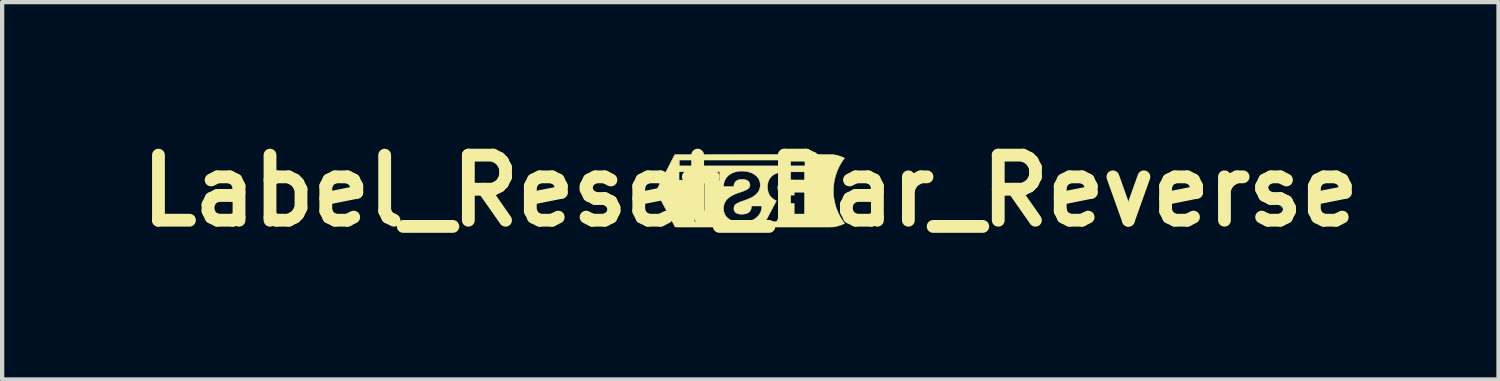
<source format=kicad_pcb>
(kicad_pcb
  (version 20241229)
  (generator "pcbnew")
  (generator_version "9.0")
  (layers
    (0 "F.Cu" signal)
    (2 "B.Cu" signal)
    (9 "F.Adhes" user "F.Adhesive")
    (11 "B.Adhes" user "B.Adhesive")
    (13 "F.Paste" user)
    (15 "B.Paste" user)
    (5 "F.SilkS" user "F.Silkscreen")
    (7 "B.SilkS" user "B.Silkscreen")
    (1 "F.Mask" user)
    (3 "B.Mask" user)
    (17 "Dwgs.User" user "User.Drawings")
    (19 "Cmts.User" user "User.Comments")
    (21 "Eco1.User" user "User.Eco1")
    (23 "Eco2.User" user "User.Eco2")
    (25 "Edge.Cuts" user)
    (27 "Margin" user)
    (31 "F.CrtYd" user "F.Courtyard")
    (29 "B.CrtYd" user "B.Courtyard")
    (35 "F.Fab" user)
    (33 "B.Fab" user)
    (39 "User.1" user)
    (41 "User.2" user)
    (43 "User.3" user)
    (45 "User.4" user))
  (footprint "Label_Reset_Bar_Reverse"
    (layer "F.Cu")
    (at 14.522 1.418)
    (property "Reference" "Label_Reset_Bar_Reverse" (at 0 0 0) (layer "F.SilkS") (effects (font (size 1.524 1.524) (thickness 0.3))))
    (attr through_hole)
    (fp_poly (pts (xy 1.027 0.102) (xy 0.928 0.101) (xy 0.907 0.101) (xy 0.886 0.101) (xy 0.866 0.101) (xy 0.848 0.1) (xy 0.833 0.1) (xy 0.82 0.1) (xy 0.811 0.099) (xy 0.807 0.099) (xy 0.777 0.095) (xy 0.75 0.088) (xy 0.725 0.077) (xy 0.703 0.063) (xy 0.685 0.047) (xy 0.67 0.027) (xy 0.657 0.004) (xy 0.649 -0.021) (xy 0.646 -0.035) (xy 0.644 -0.052) (xy 0.644 -0.07) (xy 0.644 -0.089) (xy 0.645 -0.106) (xy 0.648 -0.122) (xy 0.649 -0.127) (xy 0.658 -0.153) (xy 0.67 -0.177) (xy 0.685 -0.197) (xy 0.703 -0.214) (xy 0.725 -0.227) (xy 0.749 -0.238) (xy 0.75 -0.238) (xy 0.758 -0.241) (xy 0.765 -0.243) (xy 0.773 -0.244) (xy 0.781 -0.246) (xy 0.791 -0.247) (xy 0.802 -0.248) (xy 0.815 -0.248) (xy 0.831 -0.249) (xy 0.849 -0.249) (xy 0.871 -0.249) (xy 0.897 -0.25) (xy 0.916 -0.25) (xy 1.027 -0.25) (xy 1.027 0.102)) (stroke (width 0.01) (type solid)) (fill yes) (layer "F.SilkS"))
    (fp_poly (pts (xy 0.964 -0.85) (xy 1.043 -0.85) (xy 1.118 -0.85) (xy 1.189 -0.85) (xy 1.257 -0.85) (xy 1.321 -0.85) (xy 1.381 -0.85) (xy 1.438 -0.85) (xy 1.492 -0.85) (xy 1.542 -0.85) (xy 1.589 -0.85) (xy 1.632 -0.85) (xy 1.673 -0.85) (xy 1.71 -0.849) (xy 1.744 -0.849) (xy 1.775 -0.849) (xy 1.803 -0.849) (xy 1.828 -0.849) (xy 1.851 -0.849) (xy 1.871 -0.849) (xy 1.888 -0.849) (xy 1.902 -0.849) (xy 1.914 -0.848) (xy 1.923 -0.848) (xy 1.929 -0.848) (xy 1.934 -0.848) (xy 1.936 -0.848) (xy 1.982 -0.84) (xy 2.031 -0.83) (xy 2.079 -0.816) (xy 2.126 -0.8) (xy 2.156 -0.788) (xy 2.168 -0.783) (xy 2.18 -0.778) (xy 2.19 -0.773) (xy 2.198 -0.769) (xy 2.204 -0.766) (xy 2.206 -0.765) (xy 2.205 -0.763) (xy 2.201 -0.759) (xy 2.196 -0.752) (xy 2.19 -0.743) (xy 2.188 -0.741) (xy 2.147 -0.681) (xy 2.109 -0.62) (xy 2.076 -0.556) (xy 2.046 -0.491) (xy 2.019 -0.424) (xy 1.997 -0.356) (xy 1.979 -0.286) (xy 1.964 -0.216) (xy 1.954 -0.145) (xy 1.948 -0.073) (xy 1.946 -0.000482) (xy 1.948 0.072) (xy 1.954 0.144) (xy 1.965 0.216) (xy 1.976 0.271) (xy 1.993 0.34) (xy 2.015 0.409) (xy 2.041 0.476) (xy 2.07 0.541) (xy 2.103 0.605) (xy 2.139 0.666) (xy 2.179 0.725) (xy 2.188 0.737) (xy 2.195 0.747) (xy 2.201 0.755) (xy 2.205 0.761) (xy 2.208 0.765) (xy 2.208 0.765) (xy 2.206 0.766) (xy 2.2 0.769) (xy 2.192 0.773) (xy 2.183 0.777) (xy 2.18 0.778) (xy 2.124 0.801) (xy 2.066 0.82) (xy 2.007 0.836) (xy 1.952 0.846) (xy 1.95 0.846) (xy 1.949 0.846) (xy 1.947 0.847) (xy 1.944 0.847) (xy 1.942 0.847) (xy 1.939 0.847) (xy 1.935 0.847) (xy 1.931 0.848) (xy 1.926 0.848) (xy 1.92 0.848) (xy 1.913 0.848) (xy 1.905 0.848) (xy 1.896 0.848) (xy 1.886 0.849) (xy 1.875 0.849) (xy 1.862 0.849) (xy 1.848 0.849) (xy 1.833 0.849) (xy 1.815 0.849) (xy 1.796 0.849) (xy 1.776 0.849) (xy 1.753 0.849) (xy 1.728 0.849) (xy 1.701 0.85) (xy 1.672 0.85) (xy 1.641 0.85) (xy 1.608 0.85) (xy 1.572 0.85) (xy 1.533 0.85) (xy 1.492 0.85) (xy 1.448 0.85) (xy 1.402 0.85) (xy 1.352 0.85) (xy 1.3 0.85) (xy 1.244 0.85) (xy 1.185 0.85) (xy 1.123 0.85) (xy 1.058 0.85) (xy 0.989 0.85) (xy 0.917 0.85) (xy 0.841 0.85) (xy 0.762 0.85) (xy 0.679 0.85) (xy 0.592 0.85) (xy 0.5 0.85) (xy 0.405 0.85) (xy 0.306 0.85) (xy 0.202 0.85) (xy 0.095 0.85) (xy -0.03 0.85) (xy -0.137 0.85) (xy -0.241 0.85) (xy -0.34 0.85) (xy -0.435 0.85) (xy -0.526 0.85) (xy -0.613 0.85) (xy -0.696 0.85) (xy -0.776 0.85) (xy -0.851 0.85) (xy -0.923 0.85) (xy -0.992 0.85) (xy -1.056 0.85) (xy -1.118 0.85) (xy -1.176 0.85) (xy -1.231 0.85) (xy -1.283 0.85) (xy -1.331 0.85) (xy -1.376 0.85) (xy -1.419 0.85) (xy -1.459 0.85) (xy -1.495 0.849) (xy -1.529 0.849) (xy -1.561 0.849) (xy -1.589 0.849) (xy -1.616 0.849) (xy -1.639 0.849) (xy -1.661 0.849) (xy -1.68 0.849) (xy -1.697 0.849) (xy -1.711 0.849) (xy -1.724 0.848) (xy -1.735 0.848) (xy -1.744 0.848) (xy -1.751 0.848) (xy -1.756 0.848) (xy -1.759 0.848) (xy -1.761 0.848) (xy -1.762 0.847) (xy -1.763 0.845) (xy -1.766 0.839) (xy -1.771 0.83) (xy -1.778 0.817) (xy -1.786 0.801) (xy -1.796 0.782) (xy -1.808 0.76) (xy -1.821 0.736) (xy -1.835 0.709) (xy -1.851 0.68) (xy -1.867 0.648) (xy -1.885 0.615) (xy -1.903 0.58) (xy -1.923 0.543) (xy -1.943 0.506) (xy -1.964 0.466) (xy -1.985 0.426) (xy -1.985 0.426) (xy -2.206 0.008) (xy -2.195 -0.014) (xy -2.193 -0.018) (xy -2.189 -0.026) (xy -2.183 -0.038) (xy -2.176 -0.052) (xy -2.167 -0.07) (xy -2.156 -0.091) (xy -2.144 -0.115) (xy -2.131 -0.141) (xy -2.116 -0.17) (xy -2.101 -0.2) (xy -2.084 -0.233) (xy -2.066 -0.267) (xy -2.048 -0.303) (xy -2.029 -0.341) (xy -2.009 -0.379) (xy -1.989 -0.419) (xy -1.977 -0.443) (xy -1.976 -0.444) (xy -1.669 -0.444) (xy -1.669 -0.25) (xy -1.312 -0.25) (xy -1.312 0.722) (xy -1.071 0.722) (xy -1.071 -0.099) (xy -0.628 -0.099) (xy -0.386 -0.099) (xy -0.386 -0.111) (xy -0.384 -0.135) (xy -0.379 -0.158) (xy -0.369 -0.181) (xy -0.357 -0.201) (xy -0.342 -0.219) (xy -0.334 -0.227) (xy -0.313 -0.241) (xy -0.289 -0.253) (xy -0.263 -0.261) (xy -0.234 -0.267) (xy -0.203 -0.269) (xy -0.171 -0.268) (xy -0.15 -0.266) (xy -0.12 -0.26) (xy -0.094 -0.252) (xy -0.07 -0.24) (xy -0.05 -0.225) (xy -0.048 -0.224) (xy -0.033 -0.207) (xy -0.021 -0.189) (xy -0.014 -0.169) (xy -0.01 -0.147) (xy -0.009 -0.142) (xy -0.01 -0.125) (xy -0.012 -0.108) (xy -0.018 -0.092) (xy -0.026 -0.077) (xy -0.037 -0.063) (xy -0.051 -0.049) (xy -0.069 -0.036) (xy -0.091 -0.023) (xy -0.116 -0.011) (xy -0.144 0.002) (xy -0.177 0.014) (xy -0.214 0.027) (xy -0.235 0.034) (xy -0.267 0.044) (xy -0.295 0.054) (xy -0.321 0.063) (xy -0.344 0.072) (xy -0.365 0.081) (xy -0.386 0.091) (xy -0.406 0.101) (xy -0.446 0.122) (xy -0.482 0.146) (xy -0.514 0.17) (xy -0.542 0.196) (xy -0.565 0.223) (xy -0.585 0.252) (xy -0.601 0.283) (xy -0.613 0.315) (xy -0.621 0.349) (xy -0.626 0.386) (xy -0.627 0.415) (xy -0.625 0.454) (xy -0.619 0.49) (xy -0.61 0.523) (xy -0.596 0.555) (xy -0.579 0.584) (xy -0.558 0.611) (xy -0.533 0.636) (xy -0.504 0.659) (xy -0.48 0.675) (xy -0.448 0.692) (xy -0.412 0.706) (xy -0.374 0.719) (xy -0.333 0.728) (xy -0.29 0.735) (xy -0.245 0.738) (xy -0.2 0.739) (xy -0.159 0.737) (xy -0.126 0.734) (xy -0.095 0.73) (xy -0.067 0.725) (xy -0.038 0.718) (xy -0.036 0.717) (xy 0.358 0.717) (xy 0.358 0.722) (xy 0.487 0.722) (xy 0.617 0.722) (xy 0.726 0.51) (xy 0.835 0.297) (xy 0.931 0.296) (xy 1.027 0.296) (xy 1.027 0.722) (xy 1.268 0.722) (xy 1.268 -0.444) (xy 1.011 -0.443) (xy 0.972 -0.443) (xy 0.937 -0.443) (xy 0.906 -0.443) (xy 0.878 -0.443) (xy 0.854 -0.443) (xy 0.833 -0.443) (xy 0.815 -0.442) (xy 0.799 -0.442) (xy 0.786 -0.442) (xy 0.775 -0.442) (xy 0.765 -0.442) (xy 0.757 -0.441) (xy 0.75 -0.441) (xy 0.744 -0.44) (xy 0.739 -0.44) (xy 0.735 -0.439) (xy 0.73 -0.439) (xy 0.726 -0.438) (xy 0.725 -0.438) (xy 0.684 -0.43) (xy 0.647 -0.421) (xy 0.614 -0.409) (xy 0.583 -0.396) (xy 0.554 -0.38) (xy 0.527 -0.362) (xy 0.52 -0.357) (xy 0.493 -0.333) (xy 0.469 -0.306) (xy 0.449 -0.277) (xy 0.432 -0.245) (xy 0.419 -0.211) (xy 0.414 -0.193) (xy 0.407 -0.157) (xy 0.403 -0.121) (xy 0.402 -0.083) (xy 0.404 -0.046) (xy 0.41 -0.01) (xy 0.418 0.024) (xy 0.428 0.057) (xy 0.439 0.08) (xy 0.457 0.111) (xy 0.478 0.139) (xy 0.504 0.165) (xy 0.533 0.189) (xy 0.565 0.211) (xy 0.588 0.223) (xy 0.596 0.228) (xy 0.603 0.232) (xy 0.608 0.234) (xy 0.609 0.236) (xy 0.608 0.238) (xy 0.606 0.243) (xy 0.601 0.253) (xy 0.594 0.265) (xy 0.586 0.28) (xy 0.577 0.298) (xy 0.566 0.319) (xy 0.554 0.341) (xy 0.541 0.366) (xy 0.527 0.393) (xy 0.512 0.421) (xy 0.497 0.45) (xy 0.484 0.475) (xy 0.468 0.505) (xy 0.452 0.534) (xy 0.438 0.562) (xy 0.424 0.588) (xy 0.411 0.613) (xy 0.399 0.636) (xy 0.389 0.656) (xy 0.379 0.674) (xy 0.372 0.689) (xy 0.365 0.701) (xy 0.361 0.71) (xy 0.358 0.716) (xy 0.358 0.717) (xy -0.036 0.717) (xy -0.009 0.709) (xy -0.007 0.708) (xy 0.018 0.699) (xy 0.044 0.688) (xy 0.069 0.676) (xy 0.092 0.663) (xy 0.107 0.654) (xy 0.14 0.63) (xy 0.169 0.604) (xy 0.195 0.575) (xy 0.217 0.544) (xy 0.235 0.512) (xy 0.249 0.477) (xy 0.259 0.441) (xy 0.265 0.403) (xy 0.267 0.383) (xy 0.268 0.356) (xy 0.026 0.356) (xy 0.026 0.367) (xy 0.026 0.379) (xy 0.024 0.393) (xy 0.022 0.407) (xy 0.019 0.421) (xy 0.016 0.431) (xy 0.005 0.456) (xy -0.009 0.477) (xy -0.026 0.496) (xy -0.047 0.512) (xy -0.071 0.525) (xy -0.098 0.535) (xy -0.126 0.542) (xy -0.149 0.545) (xy -0.173 0.548) (xy -0.199 0.549) (xy -0.223 0.548) (xy -0.23 0.548) (xy -0.261 0.544) (xy -0.288 0.538) (xy -0.311 0.53) (xy -0.332 0.518) (xy -0.35 0.505) (xy -0.356 0.499) (xy -0.368 0.482) (xy -0.378 0.464) (xy -0.384 0.443) (xy -0.386 0.42) (xy -0.385 0.397) (xy -0.383 0.385) (xy -0.378 0.366) (xy -0.371 0.35) (xy -0.361 0.335) (xy -0.348 0.321) (xy -0.332 0.309) (xy -0.312 0.296) (xy -0.3 0.289) (xy -0.287 0.283) (xy -0.275 0.277) (xy -0.261 0.271) (xy -0.246 0.265) (xy -0.23 0.258) (xy -0.211 0.251) (xy -0.188 0.244) (xy -0.162 0.235) (xy -0.161 0.234) (xy -0.124 0.221) (xy -0.09 0.209) (xy -0.06 0.197) (xy -0.032 0.186) (xy -0.008 0.175) (xy 0.015 0.164) (xy 0.036 0.154) (xy 0.054 0.143) (xy 0.09 0.119) (xy 0.122 0.095) (xy 0.15 0.068) (xy 0.174 0.04) (xy 0.193 0.011) (xy 0.209 -0.02) (xy 0.221 -0.053) (xy 0.228 -0.087) (xy 0.229 -0.091) (xy 0.231 -0.11) (xy 0.231 -0.131) (xy 0.231 -0.153) (xy 0.229 -0.175) (xy 0.227 -0.193) (xy 0.225 -0.199) (xy 0.216 -0.233) (xy 0.202 -0.265) (xy 0.184 -0.295) (xy 0.163 -0.323) (xy 0.138 -0.348) (xy 0.11 -0.372) (xy 0.079 -0.392) (xy 0.045 -0.411) (xy 0.007 -0.426) (xy -0.033 -0.439) (xy -0.076 -0.45) (xy -0.122 -0.457) (xy -0.127 -0.457) (xy -0.14 -0.459) (xy -0.156 -0.459) (xy -0.174 -0.46) (xy -0.194 -0.46) (xy -0.213 -0.46) (xy -0.232 -0.46) (xy -0.249 -0.459) (xy -0.263 -0.458) (xy -0.268 -0.457) (xy -0.314 -0.45) (xy -0.357 -0.439) (xy -0.398 -0.425) (xy -0.437 -0.408) (xy -0.472 -0.387) (xy -0.505 -0.364) (xy -0.508 -0.361) (xy -0.536 -0.335) (xy -0.56 -0.307) (xy -0.58 -0.276) (xy -0.597 -0.243) (xy -0.611 -0.208) (xy -0.62 -0.172) (xy -0.626 -0.136) (xy -0.627 -0.124) (xy -0.628 -0.099) (xy -1.071 -0.099) (xy -1.071 -0.25) (xy -0.718 -0.25) (xy -0.718 -0.444) (xy -1.669 -0.444) (xy -1.976 -0.444) (xy -1.835 -0.72) (xy -1.663 -0.72) (xy -1.663 -0.583) (xy 1.279 -0.583) (xy 1.279 -0.72) (xy -1.663 -0.72) (xy -1.835 -0.72) (xy -1.769 -0.849) (xy 0.073 -0.85) (xy 0.189 -0.85) (xy 0.301 -0.85) (xy 0.408 -0.85) (xy 0.511 -0.85) (xy 0.61 -0.85) (xy 0.704 -0.85) (xy 0.795 -0.85) (xy 0.882 -0.85) (xy 0.964 -0.85)) (stroke (width 0.01) (type solid)) (fill yes) (layer "F.SilkS")))
  (gr_rect
    (start -3 -3)
    (end 32.043 5.836)
    (stroke (width 0.1) (type default))
    (fill no)
    (layer "Edge.Cuts")))
</source>
